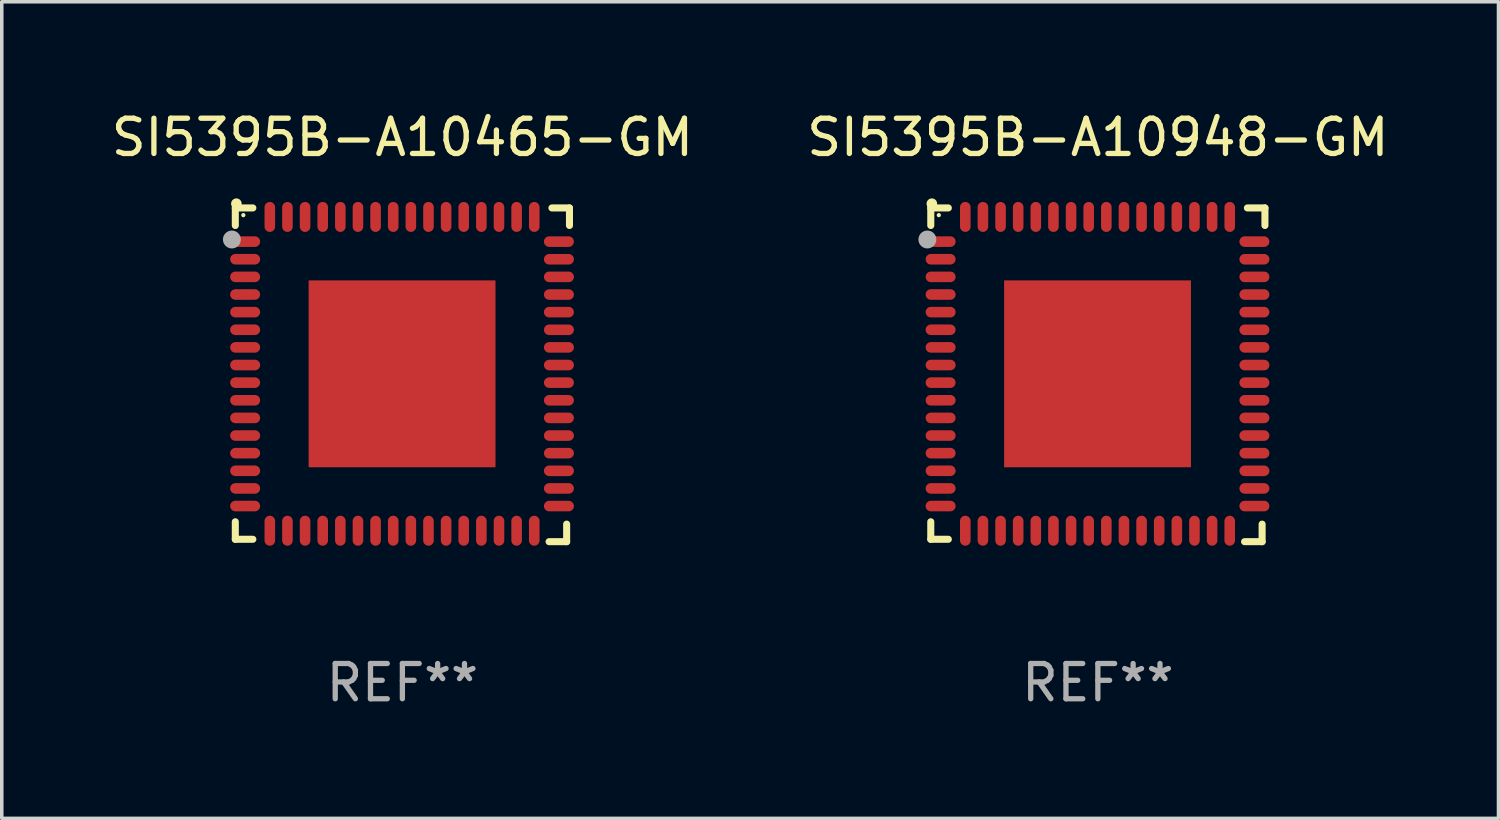
<source format=kicad_pcb>
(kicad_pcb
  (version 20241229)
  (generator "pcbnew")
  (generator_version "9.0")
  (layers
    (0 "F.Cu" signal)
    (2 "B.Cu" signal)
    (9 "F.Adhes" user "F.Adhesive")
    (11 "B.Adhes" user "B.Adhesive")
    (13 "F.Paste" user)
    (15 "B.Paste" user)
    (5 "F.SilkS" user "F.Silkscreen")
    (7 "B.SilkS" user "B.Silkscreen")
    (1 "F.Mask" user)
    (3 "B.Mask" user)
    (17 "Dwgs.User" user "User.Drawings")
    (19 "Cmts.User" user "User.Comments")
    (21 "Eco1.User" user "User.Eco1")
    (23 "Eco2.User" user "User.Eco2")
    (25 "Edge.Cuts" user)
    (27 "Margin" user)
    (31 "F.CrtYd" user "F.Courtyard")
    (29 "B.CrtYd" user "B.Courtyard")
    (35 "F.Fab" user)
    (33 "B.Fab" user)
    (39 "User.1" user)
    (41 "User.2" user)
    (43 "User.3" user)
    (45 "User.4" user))
  (footprint "SI5395B-A10465-GM"
    (layer "F.Cu")
    (at 8.363 7.581)
    (property "Reference" "SI5395B-A10465-GM" (at 0 -6.733 0) (layer "F.SilkS") (effects (font (size 1 1) (thickness 0.15))))
    (attr through_hole)
    (fp_line (start -4.739 -4.733) (end -4.241 -4.733) (stroke (width 0.2) (type solid)) (layer "F.SilkS"))
    (fp_line (start -4.739 -4.235) (end -4.739 -4.733) (stroke (width 0.2) (type solid)) (layer "F.SilkS"))
    (fp_line (start -4.739 4.168) (end -4.739 4.665) (stroke (width 0.2) (type solid)) (layer "F.SilkS"))
    (fp_line (start -4.739 4.665) (end -4.241 4.665) (stroke (width 0.2) (type solid)) (layer "F.SilkS"))
    (fp_line (start 4.161 4.733) (end 4.659 4.733) (stroke (width 0.2) (type solid)) (layer "F.SilkS"))
    (fp_line (start 4.241 -4.733) (end 4.739 -4.733) (stroke (width 0.2) (type solid)) (layer "F.SilkS"))
    (fp_line (start 4.659 4.733) (end 4.659 4.235) (stroke (width 0.2) (type solid)) (layer "F.SilkS"))
    (fp_line (start 4.739 -4.733) (end 4.739 -4.235) (stroke (width 0.2) (type solid)) (layer "F.SilkS"))
    (fp_arc (start -4.708623 -4.85108) (mid -4.708628 -4.85235) (end -4.708623 -4.85362) (stroke (width 0.3) (type solid)) (layer "F.SilkS"))
    (fp_circle (center -4.511 -4.529) (end -4.481 -4.529) (stroke (width 0.06) (type solid)) (fill no) (layer "F.SilkS"))
    (fp_circle (center -4.836 -3.838) (end -4.709 -3.838) (stroke (width 0.254) (type solid)) (fill no) (layer "F.Fab"))
    (fp_text user "REF**" (at 0 8.733 0) (layer "F.Fab") (effects (font (size 1 1) (thickness 0.15))))
    (pad "1" smd oval (at -4.46 -3.778) (size 0.85 0.3) (layers "F.Cu" "F.Mask" "F.Paste"))
    (pad "2" smd oval (at -4.46 -3.278) (size 0.85 0.3) (layers "F.Cu" "F.Mask" "F.Paste"))
    (pad "3" smd oval (at -4.46 -2.778) (size 0.85 0.3) (layers "F.Cu" "F.Mask" "F.Paste"))
    (pad "4" smd oval (at -4.46 -2.278) (size 0.85 0.3) (layers "F.Cu" "F.Mask" "F.Paste"))
    (pad "5" smd oval (at -4.46 -1.778) (size 0.85 0.3) (layers "F.Cu" "F.Mask" "F.Paste"))
    (pad "6" smd oval (at -4.46 -1.278) (size 0.85 0.3) (layers "F.Cu" "F.Mask" "F.Paste"))
    (pad "7" smd oval (at -4.46 -0.778) (size 0.85 0.3) (layers "F.Cu" "F.Mask" "F.Paste"))
    (pad "8" smd oval (at -4.46 -0.278) (size 0.85 0.3) (layers "F.Cu" "F.Mask" "F.Paste"))
    (pad "9" smd oval (at -4.46 0.222) (size 0.85 0.3) (layers "F.Cu" "F.Mask" "F.Paste"))
    (pad "10" smd oval (at -4.46 0.722) (size 0.85 0.3) (layers "F.Cu" "F.Mask" "F.Paste"))
    (pad "11" smd oval (at -4.46 1.222) (size 0.85 0.3) (layers "F.Cu" "F.Mask" "F.Paste"))
    (pad "12" smd oval (at -4.46 1.722) (size 0.85 0.3) (layers "F.Cu" "F.Mask" "F.Paste"))
    (pad "13" smd oval (at -4.46 2.222) (size 0.85 0.3) (layers "F.Cu" "F.Mask" "F.Paste"))
    (pad "14" smd oval (at -4.46 2.722) (size 0.85 0.3) (layers "F.Cu" "F.Mask" "F.Paste"))
    (pad "15" smd oval (at -4.46 3.222) (size 0.85 0.3) (layers "F.Cu" "F.Mask" "F.Paste"))
    (pad "16" smd oval (at -4.46 3.722) (size 0.85 0.3) (layers "F.Cu" "F.Mask" "F.Paste"))
    (pad "17" smd oval (at -3.76 4.422) (size 0.3 0.85) (layers "F.Cu" "F.Mask" "F.Paste"))
    (pad "18" smd oval (at -3.26 4.422) (size 0.3 0.85) (layers "F.Cu" "F.Mask" "F.Paste"))
    (pad "19" smd oval (at -2.76 4.422) (size 0.3 0.85) (layers "F.Cu" "F.Mask" "F.Paste"))
    (pad "20" smd oval (at -2.26 4.422) (size 0.3 0.85) (layers "F.Cu" "F.Mask" "F.Paste"))
    (pad "21" smd oval (at -1.76 4.422) (size 0.3 0.85) (layers "F.Cu" "F.Mask" "F.Paste"))
    (pad "22" smd oval (at -1.26 4.422) (size 0.3 0.85) (layers "F.Cu" "F.Mask" "F.Paste"))
    (pad "23" smd oval (at -0.76 4.422) (size 0.3 0.85) (layers "F.Cu" "F.Mask" "F.Paste"))
    (pad "24" smd oval (at -0.26 4.422) (size 0.3 0.85) (layers "F.Cu" "F.Mask" "F.Paste"))
    (pad "25" smd oval (at 0.24 4.422) (size 0.3 0.85) (layers "F.Cu" "F.Mask" "F.Paste"))
    (pad "26" smd oval (at 0.74 4.422) (size 0.3 0.85) (layers "F.Cu" "F.Mask" "F.Paste"))
    (pad "27" smd oval (at 1.24 4.422) (size 0.3 0.85) (layers "F.Cu" "F.Mask" "F.Paste"))
    (pad "28" smd oval (at 1.74 4.422) (size 0.3 0.85) (layers "F.Cu" "F.Mask" "F.Paste"))
    (pad "29" smd oval (at 2.24 4.422) (size 0.3 0.85) (layers "F.Cu" "F.Mask" "F.Paste"))
    (pad "30" smd oval (at 2.74 4.422) (size 0.3 0.85) (layers "F.Cu" "F.Mask" "F.Paste"))
    (pad "31" smd oval (at 3.24 4.422) (size 0.3 0.85) (layers "F.Cu" "F.Mask" "F.Paste"))
    (pad "32" smd oval (at 3.74 4.422) (size 0.3 0.85) (layers "F.Cu" "F.Mask" "F.Paste"))
    (pad "33" smd oval (at 4.44 3.723) (size 0.85 0.3) (layers "F.Cu" "F.Mask" "F.Paste"))
    (pad "34" smd oval (at 4.44 3.222) (size 0.85 0.3) (layers "F.Cu" "F.Mask" "F.Paste"))
    (pad "35" smd oval (at 4.44 2.723) (size 0.85 0.3) (layers "F.Cu" "F.Mask" "F.Paste"))
    (pad "36" smd oval (at 4.44 2.222) (size 0.85 0.3) (layers "F.Cu" "F.Mask" "F.Paste"))
    (pad "37" smd oval (at 4.44 1.723) (size 0.85 0.3) (layers "F.Cu" "F.Mask" "F.Paste"))
    (pad "38" smd oval (at 4.44 1.222) (size 0.85 0.3) (layers "F.Cu" "F.Mask" "F.Paste"))
    (pad "39" smd oval (at 4.44 0.723) (size 0.85 0.3) (layers "F.Cu" "F.Mask" "F.Paste"))
    (pad "40" smd oval (at 4.44 0.222) (size 0.85 0.3) (layers "F.Cu" "F.Mask" "F.Paste"))
    (pad "41" smd oval (at 4.44 -0.277) (size 0.85 0.3) (layers "F.Cu" "F.Mask" "F.Paste"))
    (pad "42" smd oval (at 4.44 -0.778) (size 0.85 0.3) (layers "F.Cu" "F.Mask" "F.Paste"))
    (pad "43" smd oval (at 4.44 -1.277) (size 0.85 0.3) (layers "F.Cu" "F.Mask" "F.Paste"))
    (pad "44" smd oval (at 4.44 -1.778) (size 0.85 0.3) (layers "F.Cu" "F.Mask" "F.Paste"))
    (pad "45" smd oval (at 4.44 -2.277) (size 0.85 0.3) (layers "F.Cu" "F.Mask" "F.Paste"))
    (pad "46" smd oval (at 4.44 -2.778) (size 0.85 0.3) (layers "F.Cu" "F.Mask" "F.Paste"))
    (pad "47" smd oval (at 4.44 -3.277) (size 0.85 0.3) (layers "F.Cu" "F.Mask" "F.Paste"))
    (pad "48" smd oval (at 4.44 -3.778) (size 0.85 0.3) (layers "F.Cu" "F.Mask" "F.Paste"))
    (pad "49" smd oval (at 3.74 -4.478) (size 0.3 0.85) (layers "F.Cu" "F.Mask" "F.Paste"))
    (pad "50" smd oval (at 3.24 -4.478) (size 0.3 0.85) (layers "F.Cu" "F.Mask" "F.Paste"))
    (pad "51" smd oval (at 2.74 -4.478) (size 0.3 0.85) (layers "F.Cu" "F.Mask" "F.Paste"))
    (pad "52" smd oval (at 2.24 -4.478) (size 0.3 0.85) (layers "F.Cu" "F.Mask" "F.Paste"))
    (pad "53" smd oval (at 1.74 -4.478) (size 0.3 0.85) (layers "F.Cu" "F.Mask" "F.Paste"))
    (pad "54" smd oval (at 1.24 -4.478) (size 0.3 0.85) (layers "F.Cu" "F.Mask" "F.Paste"))
    (pad "55" smd oval (at 0.74 -4.478) (size 0.3 0.85) (layers "F.Cu" "F.Mask" "F.Paste"))
    (pad "56" smd oval (at 0.24 -4.478) (size 0.3 0.85) (layers "F.Cu" "F.Mask" "F.Paste"))
    (pad "57" smd oval (at -0.26 -4.478) (size 0.3 0.85) (layers "F.Cu" "F.Mask" "F.Paste"))
    (pad "58" smd oval (at -0.76 -4.478) (size 0.3 0.85) (layers "F.Cu" "F.Mask" "F.Paste"))
    (pad "59" smd oval (at -1.26 -4.478) (size 0.3 0.85) (layers "F.Cu" "F.Mask" "F.Paste"))
    (pad "60" smd oval (at -1.76 -4.478) (size 0.3 0.85) (layers "F.Cu" "F.Mask" "F.Paste"))
    (pad "61" smd oval (at -2.26 -4.478) (size 0.3 0.85) (layers "F.Cu" "F.Mask" "F.Paste"))
    (pad "62" smd oval (at -2.76 -4.478) (size 0.3 0.85) (layers "F.Cu" "F.Mask" "F.Paste"))
    (pad "63" smd oval (at -3.26 -4.478) (size 0.3 0.85) (layers "F.Cu" "F.Mask" "F.Paste"))
    (pad "64" smd oval (at -3.76 -4.478) (size 0.3 0.85) (layers "F.Cu" "F.Mask" "F.Paste"))
    (pad "65" smd rect (at -0.009 -0.028 90) (size 5.3 5.3) (layers "F.Cu" "F.Mask" "F.Paste")))
  (footprint "SI5395B-A10948-GM"
    (layer "F.Cu")
    (at 28.089 7.581)
    (property "Reference" "SI5395B-A10948-GM" (at 0 -6.733 0) (layer "F.SilkS") (effects (font (size 1 1) (thickness 0.15))))
    (attr through_hole)
    (fp_line (start -4.739 -4.733) (end -4.241 -4.733) (stroke (width 0.2) (type solid)) (layer "F.SilkS"))
    (fp_line (start -4.739 -4.235) (end -4.739 -4.733) (stroke (width 0.2) (type solid)) (layer "F.SilkS"))
    (fp_line (start -4.739 4.168) (end -4.739 4.665) (stroke (width 0.2) (type solid)) (layer "F.SilkS"))
    (fp_line (start -4.739 4.665) (end -4.241 4.665) (stroke (width 0.2) (type solid)) (layer "F.SilkS"))
    (fp_line (start 4.161 4.733) (end 4.659 4.733) (stroke (width 0.2) (type solid)) (layer "F.SilkS"))
    (fp_line (start 4.241 -4.733) (end 4.739 -4.733) (stroke (width 0.2) (type solid)) (layer "F.SilkS"))
    (fp_line (start 4.659 4.733) (end 4.659 4.235) (stroke (width 0.2) (type solid)) (layer "F.SilkS"))
    (fp_line (start 4.739 -4.733) (end 4.739 -4.235) (stroke (width 0.2) (type solid)) (layer "F.SilkS"))
    (fp_arc (start -4.708623 -4.85108) (mid -4.708628 -4.85235) (end -4.708623 -4.85362) (stroke (width 0.3) (type solid)) (layer "F.SilkS"))
    (fp_circle (center -4.511 -4.529) (end -4.481 -4.529) (stroke (width 0.06) (type solid)) (fill no) (layer "F.SilkS"))
    (fp_circle (center -4.836 -3.838) (end -4.709 -3.838) (stroke (width 0.254) (type solid)) (fill no) (layer "F.Fab"))
    (fp_text user "REF**" (at 0 8.733 0) (layer "F.Fab") (effects (font (size 1 1) (thickness 0.15))))
    (pad "1" smd oval (at -4.46 -3.778) (size 0.85 0.3) (layers "F.Cu" "F.Mask" "F.Paste"))
    (pad "2" smd oval (at -4.46 -3.278) (size 0.85 0.3) (layers "F.Cu" "F.Mask" "F.Paste"))
    (pad "3" smd oval (at -4.46 -2.778) (size 0.85 0.3) (layers "F.Cu" "F.Mask" "F.Paste"))
    (pad "4" smd oval (at -4.46 -2.278) (size 0.85 0.3) (layers "F.Cu" "F.Mask" "F.Paste"))
    (pad "5" smd oval (at -4.46 -1.778) (size 0.85 0.3) (layers "F.Cu" "F.Mask" "F.Paste"))
    (pad "6" smd oval (at -4.46 -1.278) (size 0.85 0.3) (layers "F.Cu" "F.Mask" "F.Paste"))
    (pad "7" smd oval (at -4.46 -0.778) (size 0.85 0.3) (layers "F.Cu" "F.Mask" "F.Paste"))
    (pad "8" smd oval (at -4.46 -0.278) (size 0.85 0.3) (layers "F.Cu" "F.Mask" "F.Paste"))
    (pad "9" smd oval (at -4.46 0.222) (size 0.85 0.3) (layers "F.Cu" "F.Mask" "F.Paste"))
    (pad "10" smd oval (at -4.46 0.722) (size 0.85 0.3) (layers "F.Cu" "F.Mask" "F.Paste"))
    (pad "11" smd oval (at -4.46 1.222) (size 0.85 0.3) (layers "F.Cu" "F.Mask" "F.Paste"))
    (pad "12" smd oval (at -4.46 1.722) (size 0.85 0.3) (layers "F.Cu" "F.Mask" "F.Paste"))
    (pad "13" smd oval (at -4.46 2.222) (size 0.85 0.3) (layers "F.Cu" "F.Mask" "F.Paste"))
    (pad "14" smd oval (at -4.46 2.722) (size 0.85 0.3) (layers "F.Cu" "F.Mask" "F.Paste"))
    (pad "15" smd oval (at -4.46 3.222) (size 0.85 0.3) (layers "F.Cu" "F.Mask" "F.Paste"))
    (pad "16" smd oval (at -4.46 3.722) (size 0.85 0.3) (layers "F.Cu" "F.Mask" "F.Paste"))
    (pad "17" smd oval (at -3.76 4.422) (size 0.3 0.85) (layers "F.Cu" "F.Mask" "F.Paste"))
    (pad "18" smd oval (at -3.26 4.422) (size 0.3 0.85) (layers "F.Cu" "F.Mask" "F.Paste"))
    (pad "19" smd oval (at -2.76 4.422) (size 0.3 0.85) (layers "F.Cu" "F.Mask" "F.Paste"))
    (pad "20" smd oval (at -2.26 4.422) (size 0.3 0.85) (layers "F.Cu" "F.Mask" "F.Paste"))
    (pad "21" smd oval (at -1.76 4.422) (size 0.3 0.85) (layers "F.Cu" "F.Mask" "F.Paste"))
    (pad "22" smd oval (at -1.26 4.422) (size 0.3 0.85) (layers "F.Cu" "F.Mask" "F.Paste"))
    (pad "23" smd oval (at -0.76 4.422) (size 0.3 0.85) (layers "F.Cu" "F.Mask" "F.Paste"))
    (pad "24" smd oval (at -0.26 4.422) (size 0.3 0.85) (layers "F.Cu" "F.Mask" "F.Paste"))
    (pad "25" smd oval (at 0.24 4.422) (size 0.3 0.85) (layers "F.Cu" "F.Mask" "F.Paste"))
    (pad "26" smd oval (at 0.74 4.422) (size 0.3 0.85) (layers "F.Cu" "F.Mask" "F.Paste"))
    (pad "27" smd oval (at 1.24 4.422) (size 0.3 0.85) (layers "F.Cu" "F.Mask" "F.Paste"))
    (pad "28" smd oval (at 1.74 4.422) (size 0.3 0.85) (layers "F.Cu" "F.Mask" "F.Paste"))
    (pad "29" smd oval (at 2.24 4.422) (size 0.3 0.85) (layers "F.Cu" "F.Mask" "F.Paste"))
    (pad "30" smd oval (at 2.74 4.422) (size 0.3 0.85) (layers "F.Cu" "F.Mask" "F.Paste"))
    (pad "31" smd oval (at 3.24 4.422) (size 0.3 0.85) (layers "F.Cu" "F.Mask" "F.Paste"))
    (pad "32" smd oval (at 3.74 4.422) (size 0.3 0.85) (layers "F.Cu" "F.Mask" "F.Paste"))
    (pad "33" smd oval (at 4.44 3.723) (size 0.85 0.3) (layers "F.Cu" "F.Mask" "F.Paste"))
    (pad "34" smd oval (at 4.44 3.222) (size 0.85 0.3) (layers "F.Cu" "F.Mask" "F.Paste"))
    (pad "35" smd oval (at 4.44 2.723) (size 0.85 0.3) (layers "F.Cu" "F.Mask" "F.Paste"))
    (pad "36" smd oval (at 4.44 2.222) (size 0.85 0.3) (layers "F.Cu" "F.Mask" "F.Paste"))
    (pad "37" smd oval (at 4.44 1.723) (size 0.85 0.3) (layers "F.Cu" "F.Mask" "F.Paste"))
    (pad "38" smd oval (at 4.44 1.222) (size 0.85 0.3) (layers "F.Cu" "F.Mask" "F.Paste"))
    (pad "39" smd oval (at 4.44 0.723) (size 0.85 0.3) (layers "F.Cu" "F.Mask" "F.Paste"))
    (pad "40" smd oval (at 4.44 0.222) (size 0.85 0.3) (layers "F.Cu" "F.Mask" "F.Paste"))
    (pad "41" smd oval (at 4.44 -0.277) (size 0.85 0.3) (layers "F.Cu" "F.Mask" "F.Paste"))
    (pad "42" smd oval (at 4.44 -0.778) (size 0.85 0.3) (layers "F.Cu" "F.Mask" "F.Paste"))
    (pad "43" smd oval (at 4.44 -1.277) (size 0.85 0.3) (layers "F.Cu" "F.Mask" "F.Paste"))
    (pad "44" smd oval (at 4.44 -1.778) (size 0.85 0.3) (layers "F.Cu" "F.Mask" "F.Paste"))
    (pad "45" smd oval (at 4.44 -2.277) (size 0.85 0.3) (layers "F.Cu" "F.Mask" "F.Paste"))
    (pad "46" smd oval (at 4.44 -2.778) (size 0.85 0.3) (layers "F.Cu" "F.Mask" "F.Paste"))
    (pad "47" smd oval (at 4.44 -3.277) (size 0.85 0.3) (layers "F.Cu" "F.Mask" "F.Paste"))
    (pad "48" smd oval (at 4.44 -3.778) (size 0.85 0.3) (layers "F.Cu" "F.Mask" "F.Paste"))
    (pad "49" smd oval (at 3.74 -4.478) (size 0.3 0.85) (layers "F.Cu" "F.Mask" "F.Paste"))
    (pad "50" smd oval (at 3.24 -4.478) (size 0.3 0.85) (layers "F.Cu" "F.Mask" "F.Paste"))
    (pad "51" smd oval (at 2.74 -4.478) (size 0.3 0.85) (layers "F.Cu" "F.Mask" "F.Paste"))
    (pad "52" smd oval (at 2.24 -4.478) (size 0.3 0.85) (layers "F.Cu" "F.Mask" "F.Paste"))
    (pad "53" smd oval (at 1.74 -4.478) (size 0.3 0.85) (layers "F.Cu" "F.Mask" "F.Paste"))
    (pad "54" smd oval (at 1.24 -4.478) (size 0.3 0.85) (layers "F.Cu" "F.Mask" "F.Paste"))
    (pad "55" smd oval (at 0.74 -4.478) (size 0.3 0.85) (layers "F.Cu" "F.Mask" "F.Paste"))
    (pad "56" smd oval (at 0.24 -4.478) (size 0.3 0.85) (layers "F.Cu" "F.Mask" "F.Paste"))
    (pad "57" smd oval (at -0.26 -4.478) (size 0.3 0.85) (layers "F.Cu" "F.Mask" "F.Paste"))
    (pad "58" smd oval (at -0.76 -4.478) (size 0.3 0.85) (layers "F.Cu" "F.Mask" "F.Paste"))
    (pad "59" smd oval (at -1.26 -4.478) (size 0.3 0.85) (layers "F.Cu" "F.Mask" "F.Paste"))
    (pad "60" smd oval (at -1.76 -4.478) (size 0.3 0.85) (layers "F.Cu" "F.Mask" "F.Paste"))
    (pad "61" smd oval (at -2.26 -4.478) (size 0.3 0.85) (layers "F.Cu" "F.Mask" "F.Paste"))
    (pad "62" smd oval (at -2.76 -4.478) (size 0.3 0.85) (layers "F.Cu" "F.Mask" "F.Paste"))
    (pad "63" smd oval (at -3.26 -4.478) (size 0.3 0.85) (layers "F.Cu" "F.Mask" "F.Paste"))
    (pad "64" smd oval (at -3.76 -4.478) (size 0.3 0.85) (layers "F.Cu" "F.Mask" "F.Paste"))
    (pad "65" smd rect (at -0.009 -0.028 90) (size 5.3 5.3) (layers "F.Cu" "F.Mask" "F.Paste")))
  (gr_rect
    (start -3 -3)
    (end 39.452 20.162)
    (stroke (width 0.1) (type default))
    (fill no)
    (layer "Edge.Cuts")))
</source>
